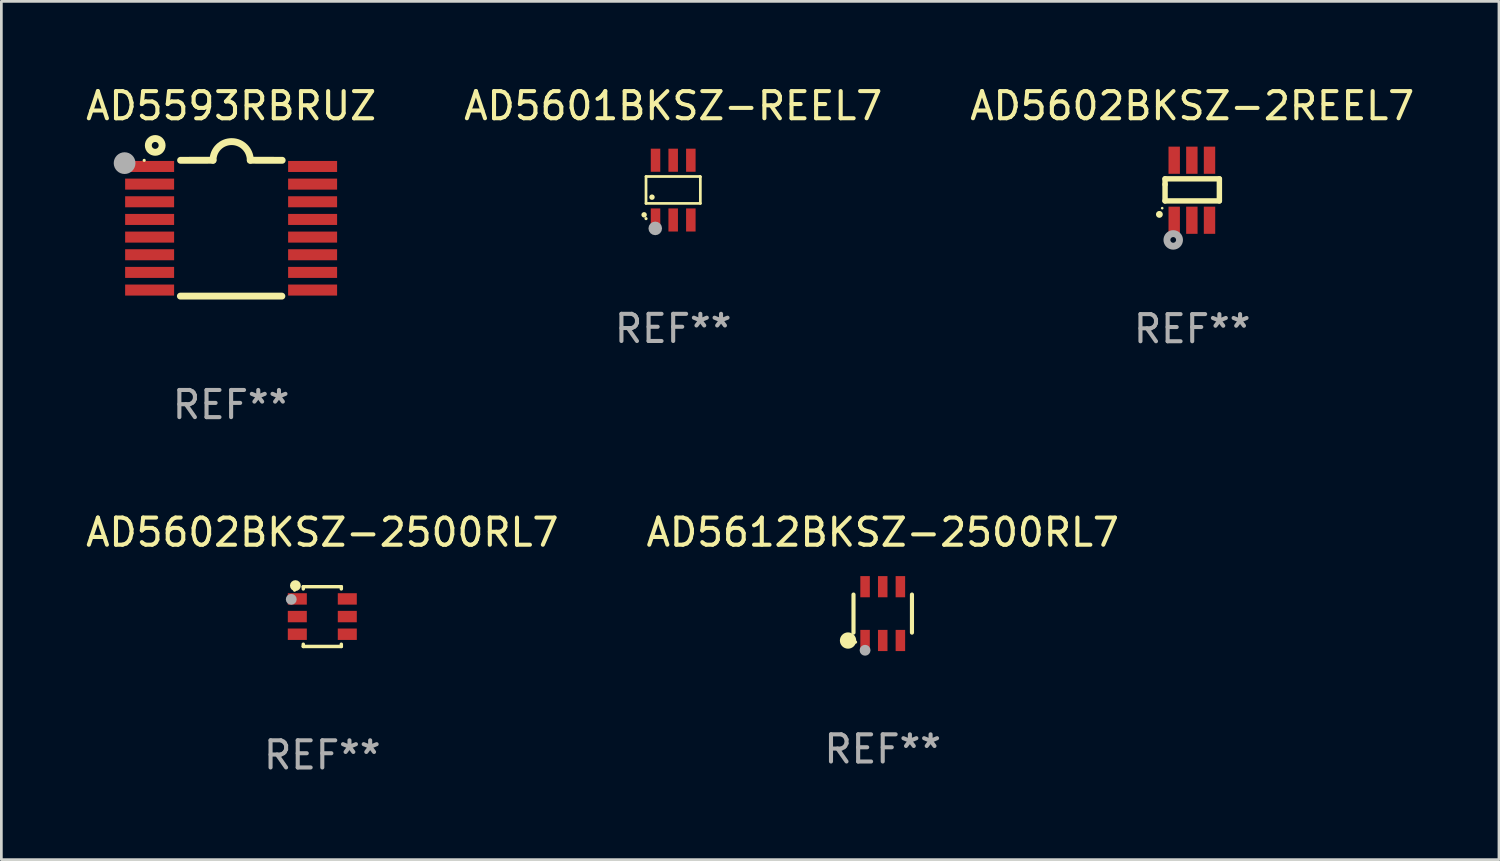
<source format=kicad_pcb>
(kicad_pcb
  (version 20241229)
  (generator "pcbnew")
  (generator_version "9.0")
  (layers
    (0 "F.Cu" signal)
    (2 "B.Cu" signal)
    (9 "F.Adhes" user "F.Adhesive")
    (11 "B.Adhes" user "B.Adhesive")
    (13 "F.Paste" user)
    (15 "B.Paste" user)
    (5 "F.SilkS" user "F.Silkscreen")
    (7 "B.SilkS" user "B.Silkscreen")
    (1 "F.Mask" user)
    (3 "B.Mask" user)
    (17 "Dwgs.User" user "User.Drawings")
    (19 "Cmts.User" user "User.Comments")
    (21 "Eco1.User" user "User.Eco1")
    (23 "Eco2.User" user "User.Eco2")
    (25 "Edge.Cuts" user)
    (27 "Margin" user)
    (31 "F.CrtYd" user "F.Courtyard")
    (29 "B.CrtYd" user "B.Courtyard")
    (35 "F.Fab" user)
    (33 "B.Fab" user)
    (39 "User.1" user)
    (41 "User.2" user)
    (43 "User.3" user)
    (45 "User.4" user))
  (footprint "AD5601BKSZ-REEL7"
    (layer "F.Cu")
    (at 21.732 3.948)
    (property "Reference" "AD5601BKSZ-REEL7" (at 0 -3.1 0) (layer "F.SilkS") (effects (font (size 1 1) (thickness 0.15))))
    (attr through_hole)
    (fp_line (start -1 -0.5) (end -1 0.49) (stroke (width 0.1) (type solid)) (layer "F.SilkS"))
    (fp_line (start -1 0.49) (end 1 0.49) (stroke (width 0.1) (type solid)) (layer "F.SilkS"))
    (fp_line (start 0.99 -0.5) (end -1 -0.5) (stroke (width 0.1) (type solid)) (layer "F.SilkS"))
    (fp_line (start 1 -0.49) (end 0.99 -0.5) (stroke (width 0.1) (type solid)) (layer "F.SilkS"))
    (fp_line (start 1 0.49) (end 1 -0.49) (stroke (width 0.1) (type solid)) (layer "F.SilkS"))
    (fp_circle (center -1.07 0.91) (end -1.02 0.91) (stroke (width 0.1) (type solid)) (fill no) (layer "F.SilkS"))
    (fp_circle (center -1 1.05) (end -0.97 1.05) (stroke (width 0.06) (type solid)) (fill no) (layer "F.SilkS"))
    (fp_circle (center -0.78 0.26) (end -0.73 0.26) (stroke (width 0.1) (type solid)) (fill no) (layer "F.SilkS"))
    (fp_circle (center -0.66 1.41) (end -0.535 1.41) (stroke (width 0.25) (type solid)) (fill no) (layer "F.Fab"))
    (fp_text user "REF**" (at 0 5.1 0) (layer "F.Fab") (effects (font (size 1 1) (thickness 0.15))))
    (pad "1" smd rect (at -0.65 1.1) (size 0.35 0.85) (layers "F.Cu" "F.Mask" "F.Paste"))
    (pad "2" smd rect (at 0 1.1) (size 0.35 0.85) (layers "F.Cu" "F.Mask" "F.Paste"))
    (pad "3" smd rect (at 0.65 1.1) (size 0.35 0.85) (layers "F.Cu" "F.Mask" "F.Paste"))
    (pad "4" smd rect (at 0.65 -1.1) (size 0.35 0.85) (layers "F.Cu" "F.Mask" "F.Paste"))
    (pad "5" smd rect (at 0 -1.1) (size 0.35 0.85) (layers "F.Cu" "F.Mask" "F.Paste"))
    (pad "6" smd rect (at -0.65 -1.1) (size 0.35 0.85) (layers "F.Cu" "F.Mask" "F.Paste")))
  (footprint "AD5602BKSZ-2500RL7"
    (layer "F.Cu")
    (at 8.815 19.648)
    (property "Reference" "AD5602BKSZ-2500RL7" (at 0 -3.1 0) (layer "F.SilkS") (effects (font (size 1 1) (thickness 0.15))))
    (attr through_hole)
    (fp_line (start -0.7 -1.1) (end -0.7 -1.018) (stroke (width 0.127) (type solid)) (layer "F.SilkS"))
    (fp_line (start -0.7 -1.1) (end 0.7 -1.1) (stroke (width 0.127) (type solid)) (layer "F.SilkS"))
    (fp_line (start -0.7 1.018) (end -0.7 1.1) (stroke (width 0.127) (type solid)) (layer "F.SilkS"))
    (fp_line (start -0.7 1.1) (end 0.7 1.1) (stroke (width 0.127) (type solid)) (layer "F.SilkS"))
    (fp_line (start 0.7 -1.1) (end 0.7 -1.018) (stroke (width 0.127) (type solid)) (layer "F.SilkS"))
    (fp_line (start 0.7 1.018) (end 0.7 1.1) (stroke (width 0.127) (type solid)) (layer "F.SilkS"))
    (fp_circle (center -1.02 -0.97) (end -0.99 -0.97) (stroke (width 0.06) (type solid)) (fill no) (layer "F.SilkS"))
    (fp_circle (center -0.99 -1.14) (end -0.89 -1.14) (stroke (width 0.2) (type solid)) (fill no) (layer "F.SilkS"))
    (fp_circle (center -1.143 -0.635) (end -1.043 -0.635) (stroke (width 0.2) (type solid)) (fill no) (layer "F.Fab"))
    (fp_text user "REF**" (at 0 5.1 0) (layer "F.Fab") (effects (font (size 1 1) (thickness 0.15))))
    (pad "1" smd rect (at -0.92 -0.65) (size 0.7 0.42) (layers "F.Cu" "F.Mask" "F.Paste"))
    (pad "2" smd rect (at -0.92 0.000127) (size 0.7 0.42) (layers "F.Cu" "F.Mask" "F.Paste"))
    (pad "3" smd rect (at -0.92 0.65) (size 0.7 0.42) (layers "F.Cu" "F.Mask" "F.Paste"))
    (pad "4" smd rect (at 0.92 0.65) (size 0.7 0.42) (layers "F.Cu" "F.Mask" "F.Paste"))
    (pad "5" smd rect (at 0.92 0.000127) (size 0.7 0.42) (layers "F.Cu" "F.Mask" "F.Paste"))
    (pad "6" smd rect (at 0.92 -0.65) (size 0.7 0.42) (layers "F.Cu" "F.Mask" "F.Paste")))
  (footprint "AD5612BKSZ-2500RL7"
    (layer "F.Cu")
    (at 29.446 19.538)
    (property "Reference" "AD5612BKSZ-2500RL7" (at 0 -2.99 0) (layer "F.SilkS") (effects (font (size 1 1) (thickness 0.15))))
    (attr through_hole)
    (fp_line (start -1.076 0.701) (end -1.076 -0.701) (stroke (width 0.152) (type solid)) (layer "F.SilkS"))
    (fp_line (start 1.076 0.701) (end 1.076 -0.701) (stroke (width 0.152) (type solid)) (layer "F.SilkS"))
    (fp_circle (center -1.277 0.992) (end -1.127 0.992) (stroke (width 0.3) (type solid)) (fill no) (layer "F.SilkS"))
    (fp_circle (center -1 1.05) (end -0.97 1.05) (stroke (width 0.06) (type solid)) (fill no) (layer "F.SilkS"))
    (fp_circle (center -0.65 1.35) (end -0.55 1.35) (stroke (width 0.2) (type solid)) (fill no) (layer "F.Fab"))
    (fp_text user "REF**" (at 0 4.99 0) (layer "F.Fab") (effects (font (size 1 1) (thickness 0.15))))
    (pad "1" smd rect (at -0.65 0.99) (size 0.35 0.78) (layers "F.Cu" "F.Mask" "F.Paste"))
    (pad "2" smd rect (at 0 0.99) (size 0.35 0.78) (layers "F.Cu" "F.Mask" "F.Paste"))
    (pad "3" smd rect (at 0.65 0.99) (size 0.35 0.78) (layers "F.Cu" "F.Mask" "F.Paste"))
    (pad "4" smd rect (at 0.65 -0.99) (size 0.35 0.78) (layers "F.Cu" "F.Mask" "F.Paste"))
    (pad "5" smd rect (at 0 -0.99) (size 0.35 0.78) (layers "F.Cu" "F.Mask" "F.Paste"))
    (pad "6" smd rect (at -0.65 -0.99) (size 0.35 0.78) (layers "F.Cu" "F.Mask" "F.Paste")))
  (footprint "AD5593RBRUZ"
    (layer "F.Cu")
    (at 5.458 5.35)
    (property "Reference" "AD5593RBRUZ" (at 0 -4.501 0) (layer "F.SilkS") (effects (font (size 1 1) (thickness 0.15))))
    (attr through_hole)
    (fp_line (start -1.868 2.501) (end 1.868 2.501) (stroke (width 0.254) (type solid)) (layer "F.SilkS"))
    (fp_line (start -1.86 -2.499) (end -0.666 -2.501) (stroke (width 0.254) (type solid)) (layer "F.SilkS"))
    (fp_line (start 0.706 -2.501) (end 1.88 -2.499) (stroke (width 0.254) (type solid)) (layer "F.SilkS"))
    (fp_arc (start -0.665914 -2.501448) (mid 0.019888 -3.18725) (end 0.70569 -2.501448) (stroke (width 0.254001) (type solid)) (layer "F.SilkS"))
    (fp_circle (center -3.2 -2.497) (end -3.17 -2.497) (stroke (width 0.06) (type solid)) (fill no) (layer "F.SilkS"))
    (fp_circle (center -2.794 -3.047) (end -2.54 -3.047) (stroke (width 0.254) (type solid)) (fill no) (layer "F.SilkS"))
    (fp_circle (center -3.921 -2.395) (end -3.721 -2.395) (stroke (width 0.4) (type solid)) (fill no) (layer "F.Fab"))
    (fp_text user "REF**" (at 0 6.501 0) (layer "F.Fab") (effects (font (size 1 1) (thickness 0.15))))
    (pad "1" smd rect (at -3 -2.272) (size 1.803 0.406) (layers "F.Cu" "F.Mask" "F.Paste"))
    (pad "2" smd rect (at -3 -1.622) (size 1.803 0.406) (layers "F.Cu" "F.Mask" "F.Paste"))
    (pad "3" smd rect (at -3 -0.972) (size 1.803 0.406) (layers "F.Cu" "F.Mask" "F.Paste"))
    (pad "4" smd rect (at -3 -0.322) (size 1.803 0.406) (layers "F.Cu" "F.Mask" "F.Paste"))
    (pad "5" smd rect (at -3 0.328) (size 1.803 0.406) (layers "F.Cu" "F.Mask" "F.Paste"))
    (pad "6" smd rect (at -3 0.978) (size 1.803 0.406) (layers "F.Cu" "F.Mask" "F.Paste"))
    (pad "7" smd rect (at -3 1.628) (size 1.803 0.406) (layers "F.Cu" "F.Mask" "F.Paste"))
    (pad "8" smd rect (at -3 2.278) (size 1.803 0.406) (layers "F.Cu" "F.Mask" "F.Paste"))
    (pad "9" smd rect (at 3 2.278) (size 1.803 0.406) (layers "F.Cu" "F.Mask" "F.Paste"))
    (pad "10" smd rect (at 3 1.628) (size 1.803 0.406) (layers "F.Cu" "F.Mask" "F.Paste"))
    (pad "11" smd rect (at 3 0.978) (size 1.803 0.406) (layers "F.Cu" "F.Mask" "F.Paste"))
    (pad "12" smd rect (at 3 0.328) (size 1.803 0.406) (layers "F.Cu" "F.Mask" "F.Paste"))
    (pad "13" smd rect (at 3 -0.322) (size 1.803 0.406) (layers "F.Cu" "F.Mask" "F.Paste"))
    (pad "14" smd rect (at 3 -0.972) (size 1.803 0.406) (layers "F.Cu" "F.Mask" "F.Paste"))
    (pad "15" smd rect (at 3 -1.622) (size 1.803 0.406) (layers "F.Cu" "F.Mask" "F.Paste"))
    (pad "16" smd rect (at 3 -2.272) (size 1.803 0.406) (layers "F.Cu" "F.Mask" "F.Paste")))
  (footprint "AD5602BKSZ-2REEL7"
    (layer "F.Cu")
    (at 40.839 3.953)
    (property "Reference" "AD5602BKSZ-2REEL7" (at 0 -3.105 0) (layer "F.SilkS") (effects (font (size 1 1) (thickness 0.15))))
    (attr through_hole)
    (fp_line (start -1 -0.419) (end -1 -0.213) (stroke (width 0.2) (type solid)) (layer "F.SilkS"))
    (fp_line (start -1 -0.213) (end -1 0.393) (stroke (width 0.2) (type solid)) (layer "F.SilkS"))
    (fp_line (start -1 0.393) (end 1 0.393) (stroke (width 0.2) (type solid)) (layer "F.SilkS"))
    (fp_line (start 1 -0.419) (end -1 -0.419) (stroke (width 0.2) (type solid)) (layer "F.SilkS"))
    (fp_line (start 1 0.393) (end 1 -0.419) (stroke (width 0.2) (type solid)) (layer "F.SilkS"))
    (fp_arc (start -1.208509 0.890272) (mid -1.208515 0.889002) (end -1.208509 0.887732) (stroke (width 0.25) (type solid)) (layer "F.SilkS"))
    (fp_circle (center -1.105 0.66) (end -1.08 0.66) (stroke (width 0.05) (type solid)) (fill no) (layer "F.SilkS"))
    (fp_circle (center -0.699 1.829) (end -0.594 1.829) (stroke (width 0.254) (type solid)) (fill no) (layer "F.Fab"))
    (fp_text user "REF**" (at 0 5.105 0) (layer "F.Fab") (effects (font (size 1 1) (thickness 0.15))))
    (pad "1" smd rect (at -0.663 1.105) (size 0.42 1) (layers "F.Cu" "F.Mask" "F.Paste"))
    (pad "2" smd rect (at -0.013 1.105) (size 0.42 1) (layers "F.Cu" "F.Mask" "F.Paste"))
    (pad "3" smd rect (at 0.637 1.105) (size 0.42 1) (layers "F.Cu" "F.Mask" "F.Paste"))
    (pad "4" smd rect (at 0.637 -1.105 180) (size 0.42 1) (layers "F.Cu" "F.Mask" "F.Paste"))
    (pad "5" smd rect (at -0.013 -1.105 180) (size 0.42 1) (layers "F.Cu" "F.Mask" "F.Paste"))
    (pad "6" smd rect (at -0.663 -1.105 180) (size 0.42 1) (layers "F.Cu" "F.Mask" "F.Paste")))
  (gr_rect
    (start -3 -3)
    (end 52.131 28.596)
    (stroke (width 0.1) (type default))
    (fill no)
    (layer "Edge.Cuts")))
</source>
